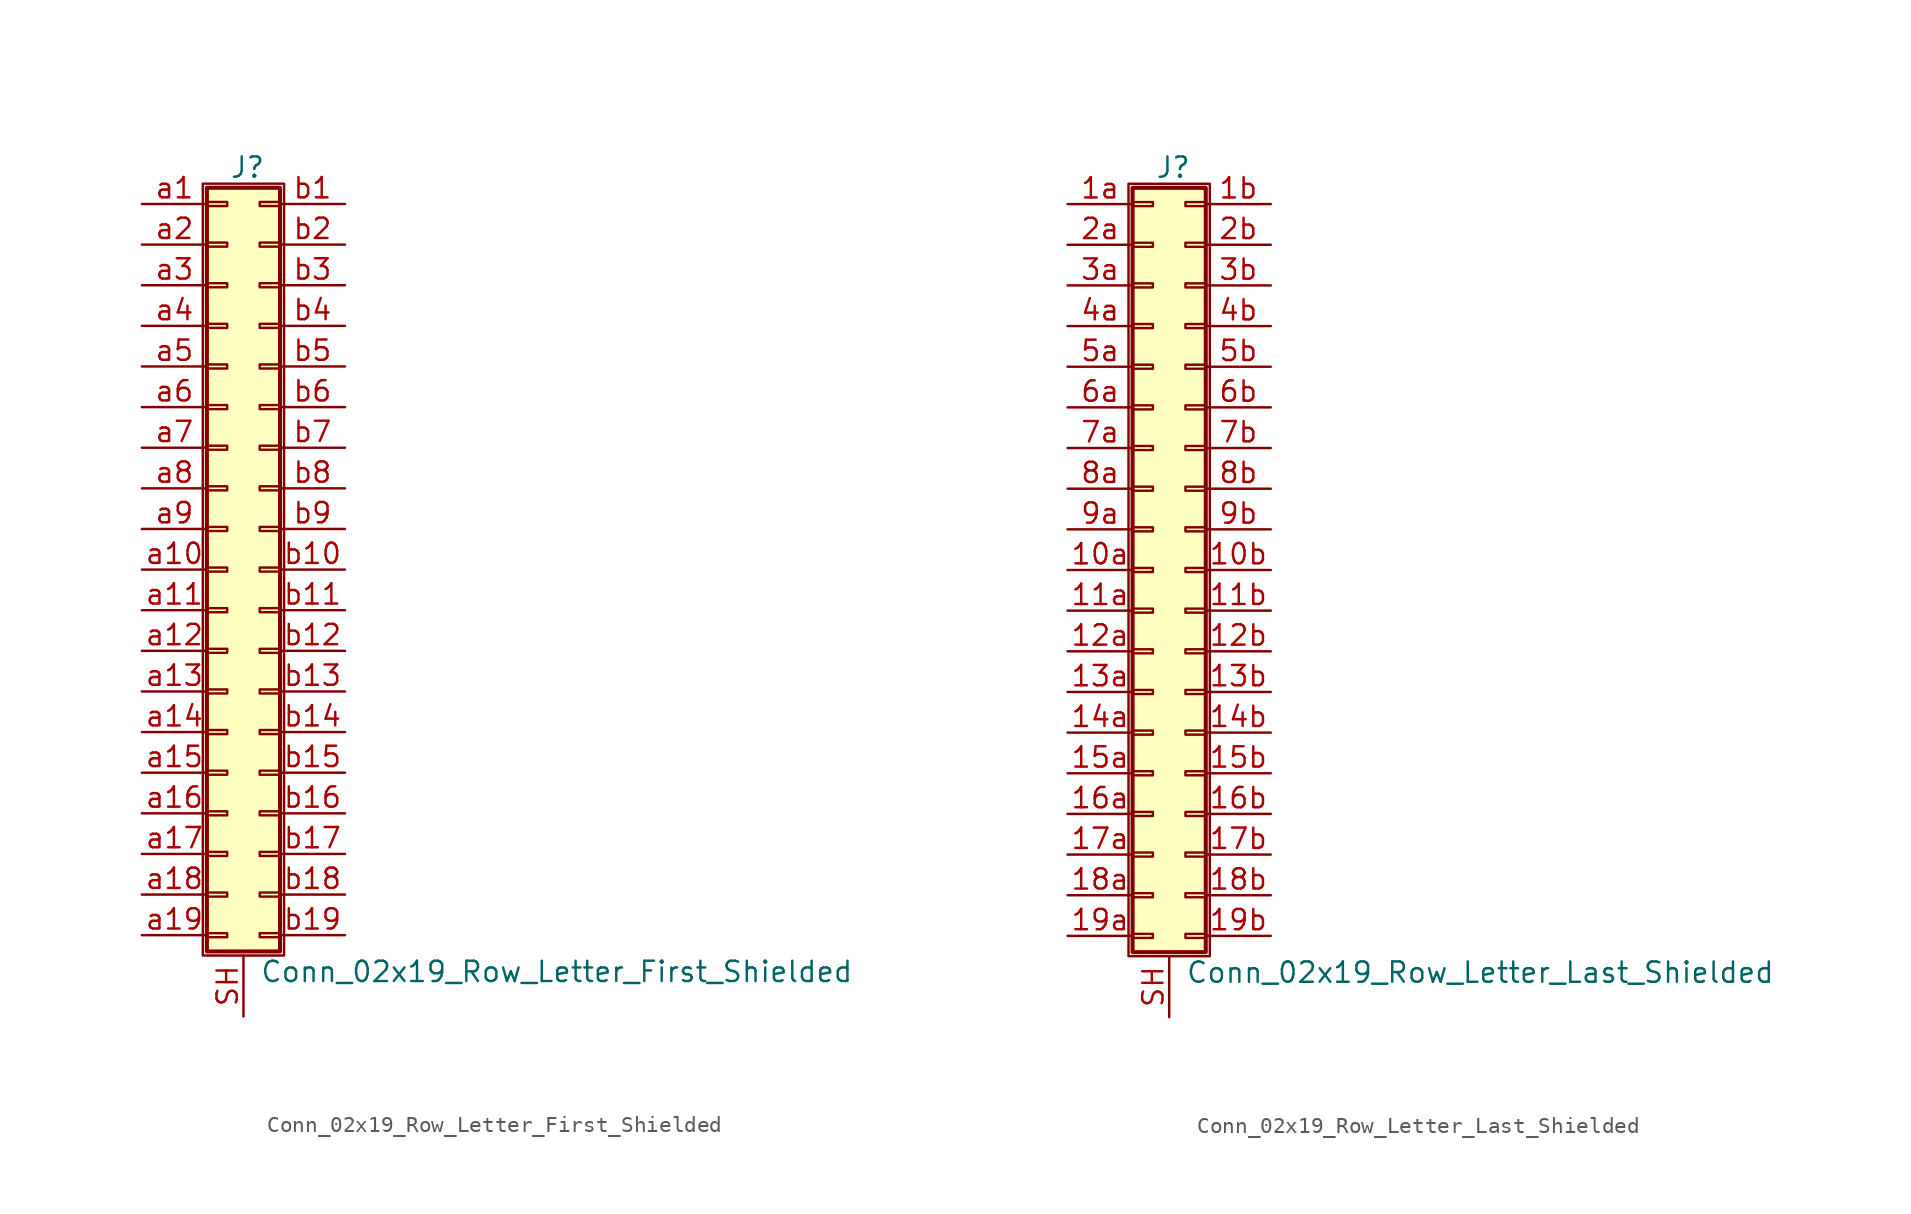
<source format=kicad_sym>
(kicad_symbol_lib
  (version 20201005)
  (generator kicad_symbol_editor)
  (symbol "Connector_Generic_Shielded:Conn_02x19_Row_Letter_First_Shielded"
    (pin_names
      (offset 1.016) hide)
    (property "Reference" "J"
      (at 1.524 25.146 0)
      (effects (font (size 1.27 1.27))))
    (property "Value" "Conn_02x19_Row_Letter_First_Shielded"
      (at 2.286 -25.146 0)
      (effects (font (size 1.27 1.27)) (justify left)))
    (symbol "Conn_02x19_Row_Letter_First_Shielded_1_1"
      (rectangle (start -1.016 -4.953) (end 0.254 -5.207) (stroke (width 0.152)) (fill (type none)))
      (rectangle (start -1.016 -7.493) (end 0.254 -7.747) (stroke (width 0.152)) (fill (type none)))
      (rectangle (start -1.016 -10.033) (end 0.254 -10.287) (stroke (width 0.152)) (fill (type none)))
      (rectangle (start -1.016 -12.573) (end 0.254 -12.827) (stroke (width 0.152)) (fill (type none)))
      (rectangle (start -1.016 -15.113) (end 0.254 -15.367) (stroke (width 0.152)) (fill (type none)))
      (rectangle (start -1.016 -17.653) (end 0.254 -17.907) (stroke (width 0.152)) (fill (type none)))
      (rectangle (start -1.016 -20.193) (end 0.254 -20.447) (stroke (width 0.152)) (fill (type none)))
      (rectangle (start -1.016 -22.733) (end 0.254 -22.987) (stroke (width 0.152)) (fill (type none)))
      (rectangle (start -1.016 -2.413) (end 0.254 -2.667) (stroke (width 0.152)) (fill (type none)))
      (rectangle (start -1.016 2.667) (end 0.254 2.413) (stroke (width 0.152)) (fill (type none)))
      (rectangle (start -1.016 5.207) (end 0.254 4.953) (stroke (width 0.152)) (fill (type none)))
      (rectangle (start -1.016 7.747) (end 0.254 7.493) (stroke (width 0.152)) (fill (type none)))
      (rectangle (start -1.016 10.287) (end 0.254 10.033) (stroke (width 0.152)) (fill (type none)))
      (rectangle (start -1.016 0.127) (end 0.254 -0.127) (stroke (width 0.152)) (fill (type none)))
      (rectangle (start -1.016 12.827) (end 0.254 12.573) (stroke (width 0.152)) (fill (type none)))
      (rectangle (start -1.016 15.367) (end 0.254 15.113) (stroke (width 0.152)) (fill (type none)))
      (rectangle (start -1.016 17.907) (end 0.254 17.653) (stroke (width 0.152)) (fill (type none)))
      (rectangle (start -1.016 20.447) (end 0.254 20.193) (stroke (width 0.152)) (fill (type none)))
      (rectangle (start -1.016 22.987) (end 0.254 22.733) (stroke (width 0.152)) (fill (type none)))
      (rectangle (start -1.016 23.876) (end 3.556 -23.876) (stroke (width 0.254)) (fill (type background)))
      (rectangle (start -1.27 24.13) (end 3.81 -24.13) (stroke (width 0.152)) (fill (type none)))
      (rectangle (start 3.556 -4.953) (end 2.286 -5.207) (stroke (width 0.152)) (fill (type none)))
      (rectangle (start 3.556 -7.493) (end 2.286 -7.747) (stroke (width 0.152)) (fill (type none)))
      (rectangle (start 3.556 -10.033) (end 2.286 -10.287) (stroke (width 0.152)) (fill (type none)))
      (rectangle (start 3.556 -12.573) (end 2.286 -12.827) (stroke (width 0.152)) (fill (type none)))
      (rectangle (start 3.556 -15.113) (end 2.286 -15.367) (stroke (width 0.152)) (fill (type none)))
      (rectangle (start 3.556 -17.653) (end 2.286 -17.907) (stroke (width 0.152)) (fill (type none)))
      (rectangle (start 3.556 -20.193) (end 2.286 -20.447) (stroke (width 0.152)) (fill (type none)))
      (rectangle (start 3.556 -22.733) (end 2.286 -22.987) (stroke (width 0.152)) (fill (type none)))
      (rectangle (start 3.556 -2.413) (end 2.286 -2.667) (stroke (width 0.152)) (fill (type none)))
      (rectangle (start 3.556 2.667) (end 2.286 2.413) (stroke (width 0.152)) (fill (type none)))
      (rectangle (start 3.556 5.207) (end 2.286 4.953) (stroke (width 0.152)) (fill (type none)))
      (rectangle (start 3.556 7.747) (end 2.286 7.493) (stroke (width 0.152)) (fill (type none)))
      (rectangle (start 3.556 10.287) (end 2.286 10.033) (stroke (width 0.152)) (fill (type none)))
      (rectangle (start 3.556 0.127) (end 2.286 -0.127) (stroke (width 0.152)) (fill (type none)))
      (rectangle (start 3.556 12.827) (end 2.286 12.573) (stroke (width 0.152)) (fill (type none)))
      (rectangle (start 3.556 15.367) (end 2.286 15.113) (stroke (width 0.152)) (fill (type none)))
      (rectangle (start 3.556 17.907) (end 2.286 17.653) (stroke (width 0.152)) (fill (type none)))
      (rectangle (start 3.556 20.447) (end 2.286 20.193) (stroke (width 0.152)) (fill (type none)))
      (rectangle (start 3.556 22.987) (end 2.286 22.733) (stroke (width 0.152)) (fill (type none)))
      (pin passive line (at -5.08 22.86 0) (length 4.064) (name "Pin_a1" (effects (font (size 1.27 1.27)))) (number "a1" (effects (font (size 1.27 1.27)))))
      (pin passive line (at -5.08 0 0) (length 4.064) (name "Pin_a10" (effects (font (size 1.27 1.27)))) (number "a10" (effects (font (size 1.27 1.27)))))
      (pin passive line (at -5.08 -2.54 0) (length 4.064) (name "Pin_a11" (effects (font (size 1.27 1.27)))) (number "a11" (effects (font (size 1.27 1.27)))))
      (pin passive line (at -5.08 -5.08 0) (length 4.064) (name "Pin_a12" (effects (font (size 1.27 1.27)))) (number "a12" (effects (font (size 1.27 1.27)))))
      (pin passive line (at -5.08 -7.62 0) (length 4.064) (name "Pin_a13" (effects (font (size 1.27 1.27)))) (number "a13" (effects (font (size 1.27 1.27)))))
      (pin passive line (at -5.08 -10.16 0) (length 4.064) (name "Pin_a14" (effects (font (size 1.27 1.27)))) (number "a14" (effects (font (size 1.27 1.27)))))
      (pin passive line (at -5.08 -12.7 0) (length 4.064) (name "Pin_a15" (effects (font (size 1.27 1.27)))) (number "a15" (effects (font (size 1.27 1.27)))))
      (pin passive line (at -5.08 -15.24 0) (length 4.064) (name "Pin_a16" (effects (font (size 1.27 1.27)))) (number "a16" (effects (font (size 1.27 1.27)))))
      (pin passive line (at -5.08 -17.78 0) (length 4.064) (name "Pin_a17" (effects (font (size 1.27 1.27)))) (number "a17" (effects (font (size 1.27 1.27)))))
      (pin passive line (at -5.08 -20.32 0) (length 4.064) (name "Pin_a18" (effects (font (size 1.27 1.27)))) (number "a18" (effects (font (size 1.27 1.27)))))
      (pin passive line (at -5.08 -22.86 0) (length 4.064) (name "Pin_a19" (effects (font (size 1.27 1.27)))) (number "a19" (effects (font (size 1.27 1.27)))))
      (pin passive line (at -5.08 20.32 0) (length 4.064) (name "Pin_a2" (effects (font (size 1.27 1.27)))) (number "a2" (effects (font (size 1.27 1.27)))))
      (pin passive line (at -5.08 17.78 0) (length 4.064) (name "Pin_a3" (effects (font (size 1.27 1.27)))) (number "a3" (effects (font (size 1.27 1.27)))))
      (pin passive line (at -5.08 15.24 0) (length 4.064) (name "Pin_a4" (effects (font (size 1.27 1.27)))) (number "a4" (effects (font (size 1.27 1.27)))))
      (pin passive line (at -5.08 12.7 0) (length 4.064) (name "Pin_a5" (effects (font (size 1.27 1.27)))) (number "a5" (effects (font (size 1.27 1.27)))))
      (pin passive line (at -5.08 10.16 0) (length 4.064) (name "Pin_a6" (effects (font (size 1.27 1.27)))) (number "a6" (effects (font (size 1.27 1.27)))))
      (pin passive line (at -5.08 7.62 0) (length 4.064) (name "Pin_a7" (effects (font (size 1.27 1.27)))) (number "a7" (effects (font (size 1.27 1.27)))))
      (pin passive line (at -5.08 5.08 0) (length 4.064) (name "Pin_a8" (effects (font (size 1.27 1.27)))) (number "a8" (effects (font (size 1.27 1.27)))))
      (pin passive line (at -5.08 2.54 0) (length 4.064) (name "Pin_a9" (effects (font (size 1.27 1.27)))) (number "a9" (effects (font (size 1.27 1.27)))))
      (pin passive line (at 7.62 22.86 180) (length 4.064) (name "Pin_b1" (effects (font (size 1.27 1.27)))) (number "b1" (effects (font (size 1.27 1.27)))))
      (pin passive line (at 7.62 0 180) (length 4.064) (name "Pin_b10" (effects (font (size 1.27 1.27)))) (number "b10" (effects (font (size 1.27 1.27)))))
      (pin passive line (at 7.62 -2.54 180) (length 4.064) (name "Pin_b11" (effects (font (size 1.27 1.27)))) (number "b11" (effects (font (size 1.27 1.27)))))
      (pin passive line (at 7.62 -5.08 180) (length 4.064) (name "Pin_b12" (effects (font (size 1.27 1.27)))) (number "b12" (effects (font (size 1.27 1.27)))))
      (pin passive line (at 7.62 -7.62 180) (length 4.064) (name "Pin_b13" (effects (font (size 1.27 1.27)))) (number "b13" (effects (font (size 1.27 1.27)))))
      (pin passive line (at 7.62 -10.16 180) (length 4.064) (name "Pin_b14" (effects (font (size 1.27 1.27)))) (number "b14" (effects (font (size 1.27 1.27)))))
      (pin passive line (at 7.62 -12.7 180) (length 4.064) (name "Pin_b15" (effects (font (size 1.27 1.27)))) (number "b15" (effects (font (size 1.27 1.27)))))
      (pin passive line (at 7.62 -15.24 180) (length 4.064) (name "Pin_b16" (effects (font (size 1.27 1.27)))) (number "b16" (effects (font (size 1.27 1.27)))))
      (pin passive line (at 7.62 -17.78 180) (length 4.064) (name "Pin_b17" (effects (font (size 1.27 1.27)))) (number "b17" (effects (font (size 1.27 1.27)))))
      (pin passive line (at 7.62 -20.32 180) (length 4.064) (name "Pin_b18" (effects (font (size 1.27 1.27)))) (number "b18" (effects (font (size 1.27 1.27)))))
      (pin passive line (at 7.62 -22.86 180) (length 4.064) (name "Pin_b19" (effects (font (size 1.27 1.27)))) (number "b19" (effects (font (size 1.27 1.27)))))
      (pin passive line (at 7.62 20.32 180) (length 4.064) (name "Pin_b2" (effects (font (size 1.27 1.27)))) (number "b2" (effects (font (size 1.27 1.27)))))
      (pin passive line (at 7.62 17.78 180) (length 4.064) (name "Pin_b3" (effects (font (size 1.27 1.27)))) (number "b3" (effects (font (size 1.27 1.27)))))
      (pin passive line (at 7.62 15.24 180) (length 4.064) (name "Pin_b4" (effects (font (size 1.27 1.27)))) (number "b4" (effects (font (size 1.27 1.27)))))
      (pin passive line (at 7.62 12.7 180) (length 4.064) (name "Pin_b5" (effects (font (size 1.27 1.27)))) (number "b5" (effects (font (size 1.27 1.27)))))
      (pin passive line (at 7.62 10.16 180) (length 4.064) (name "Pin_b6" (effects (font (size 1.27 1.27)))) (number "b6" (effects (font (size 1.27 1.27)))))
      (pin passive line (at 7.62 7.62 180) (length 4.064) (name "Pin_b7" (effects (font (size 1.27 1.27)))) (number "b7" (effects (font (size 1.27 1.27)))))
      (pin passive line (at 7.62 5.08 180) (length 4.064) (name "Pin_b8" (effects (font (size 1.27 1.27)))) (number "b8" (effects (font (size 1.27 1.27)))))
      (pin passive line (at 7.62 2.54 180) (length 4.064) (name "Pin_b9" (effects (font (size 1.27 1.27)))) (number "b9" (effects (font (size 1.27 1.27)))))
      (pin passive line (at 1.27 -27.94 90) (length 3.81) (name "Shield" (effects (font (size 1.27 1.27)))) (number "SH" (effects (font (size 1.27 1.27)))))))
  (symbol "Connector_Generic_Shielded:Conn_02x19_Row_Letter_Last_Shielded"
    (pin_names
      (offset 1.016) hide)
    (property "Reference" "J"
      (at 1.524 25.146 0)
      (effects (font (size 1.27 1.27))))
    (property "Value" "Conn_02x19_Row_Letter_Last_Shielded"
      (at 2.286 -25.146 0)
      (effects (font (size 1.27 1.27)) (justify left)))
    (symbol "Conn_02x19_Row_Letter_Last_Shielded_1_1"
      (rectangle (start -1.016 -4.953) (end 0.254 -5.207) (stroke (width 0.152)) (fill (type none)))
      (rectangle (start -1.016 -7.493) (end 0.254 -7.747) (stroke (width 0.152)) (fill (type none)))
      (rectangle (start -1.016 -10.033) (end 0.254 -10.287) (stroke (width 0.152)) (fill (type none)))
      (rectangle (start -1.016 -12.573) (end 0.254 -12.827) (stroke (width 0.152)) (fill (type none)))
      (rectangle (start -1.016 -15.113) (end 0.254 -15.367) (stroke (width 0.152)) (fill (type none)))
      (rectangle (start -1.016 -17.653) (end 0.254 -17.907) (stroke (width 0.152)) (fill (type none)))
      (rectangle (start -1.016 -20.193) (end 0.254 -20.447) (stroke (width 0.152)) (fill (type none)))
      (rectangle (start -1.016 -22.733) (end 0.254 -22.987) (stroke (width 0.152)) (fill (type none)))
      (rectangle (start -1.016 -2.413) (end 0.254 -2.667) (stroke (width 0.152)) (fill (type none)))
      (rectangle (start -1.016 2.667) (end 0.254 2.413) (stroke (width 0.152)) (fill (type none)))
      (rectangle (start -1.016 5.207) (end 0.254 4.953) (stroke (width 0.152)) (fill (type none)))
      (rectangle (start -1.016 7.747) (end 0.254 7.493) (stroke (width 0.152)) (fill (type none)))
      (rectangle (start -1.016 10.287) (end 0.254 10.033) (stroke (width 0.152)) (fill (type none)))
      (rectangle (start -1.016 0.127) (end 0.254 -0.127) (stroke (width 0.152)) (fill (type none)))
      (rectangle (start -1.016 12.827) (end 0.254 12.573) (stroke (width 0.152)) (fill (type none)))
      (rectangle (start -1.016 15.367) (end 0.254 15.113) (stroke (width 0.152)) (fill (type none)))
      (rectangle (start -1.016 17.907) (end 0.254 17.653) (stroke (width 0.152)) (fill (type none)))
      (rectangle (start -1.016 20.447) (end 0.254 20.193) (stroke (width 0.152)) (fill (type none)))
      (rectangle (start -1.016 22.987) (end 0.254 22.733) (stroke (width 0.152)) (fill (type none)))
      (rectangle (start -1.016 23.876) (end 3.556 -23.876) (stroke (width 0.254)) (fill (type background)))
      (rectangle (start -1.27 24.13) (end 3.81 -24.13) (stroke (width 0.152)) (fill (type none)))
      (rectangle (start 3.556 -4.953) (end 2.286 -5.207) (stroke (width 0.152)) (fill (type none)))
      (rectangle (start 3.556 -7.493) (end 2.286 -7.747) (stroke (width 0.152)) (fill (type none)))
      (rectangle (start 3.556 -10.033) (end 2.286 -10.287) (stroke (width 0.152)) (fill (type none)))
      (rectangle (start 3.556 -12.573) (end 2.286 -12.827) (stroke (width 0.152)) (fill (type none)))
      (rectangle (start 3.556 -15.113) (end 2.286 -15.367) (stroke (width 0.152)) (fill (type none)))
      (rectangle (start 3.556 -17.653) (end 2.286 -17.907) (stroke (width 0.152)) (fill (type none)))
      (rectangle (start 3.556 -20.193) (end 2.286 -20.447) (stroke (width 0.152)) (fill (type none)))
      (rectangle (start 3.556 -22.733) (end 2.286 -22.987) (stroke (width 0.152)) (fill (type none)))
      (rectangle (start 3.556 -2.413) (end 2.286 -2.667) (stroke (width 0.152)) (fill (type none)))
      (rectangle (start 3.556 2.667) (end 2.286 2.413) (stroke (width 0.152)) (fill (type none)))
      (rectangle (start 3.556 5.207) (end 2.286 4.953) (stroke (width 0.152)) (fill (type none)))
      (rectangle (start 3.556 7.747) (end 2.286 7.493) (stroke (width 0.152)) (fill (type none)))
      (rectangle (start 3.556 10.287) (end 2.286 10.033) (stroke (width 0.152)) (fill (type none)))
      (rectangle (start 3.556 0.127) (end 2.286 -0.127) (stroke (width 0.152)) (fill (type none)))
      (rectangle (start 3.556 12.827) (end 2.286 12.573) (stroke (width 0.152)) (fill (type none)))
      (rectangle (start 3.556 15.367) (end 2.286 15.113) (stroke (width 0.152)) (fill (type none)))
      (rectangle (start 3.556 17.907) (end 2.286 17.653) (stroke (width 0.152)) (fill (type none)))
      (rectangle (start 3.556 20.447) (end 2.286 20.193) (stroke (width 0.152)) (fill (type none)))
      (rectangle (start 3.556 22.987) (end 2.286 22.733) (stroke (width 0.152)) (fill (type none)))
      (pin passive line (at -5.08 0 0) (length 4.064) (name "Pin_10a" (effects (font (size 1.27 1.27)))) (number "10a" (effects (font (size 1.27 1.27)))))
      (pin passive line (at 7.62 0 180) (length 4.064) (name "Pin_10b" (effects (font (size 1.27 1.27)))) (number "10b" (effects (font (size 1.27 1.27)))))
      (pin passive line (at -5.08 -2.54 0) (length 4.064) (name "Pin_11a" (effects (font (size 1.27 1.27)))) (number "11a" (effects (font (size 1.27 1.27)))))
      (pin passive line (at 7.62 -2.54 180) (length 4.064) (name "Pin_11b" (effects (font (size 1.27 1.27)))) (number "11b" (effects (font (size 1.27 1.27)))))
      (pin passive line (at -5.08 -5.08 0) (length 4.064) (name "Pin_12a" (effects (font (size 1.27 1.27)))) (number "12a" (effects (font (size 1.27 1.27)))))
      (pin passive line (at 7.62 -5.08 180) (length 4.064) (name "Pin_12b" (effects (font (size 1.27 1.27)))) (number "12b" (effects (font (size 1.27 1.27)))))
      (pin passive line (at -5.08 -7.62 0) (length 4.064) (name "Pin_13a" (effects (font (size 1.27 1.27)))) (number "13a" (effects (font (size 1.27 1.27)))))
      (pin passive line (at 7.62 -7.62 180) (length 4.064) (name "Pin_13b" (effects (font (size 1.27 1.27)))) (number "13b" (effects (font (size 1.27 1.27)))))
      (pin passive line (at -5.08 -10.16 0) (length 4.064) (name "Pin_14a" (effects (font (size 1.27 1.27)))) (number "14a" (effects (font (size 1.27 1.27)))))
      (pin passive line (at 7.62 -10.16 180) (length 4.064) (name "Pin_14b" (effects (font (size 1.27 1.27)))) (number "14b" (effects (font (size 1.27 1.27)))))
      (pin passive line (at -5.08 -12.7 0) (length 4.064) (name "Pin_15a" (effects (font (size 1.27 1.27)))) (number "15a" (effects (font (size 1.27 1.27)))))
      (pin passive line (at 7.62 -12.7 180) (length 4.064) (name "Pin_15b" (effects (font (size 1.27 1.27)))) (number "15b" (effects (font (size 1.27 1.27)))))
      (pin passive line (at -5.08 -15.24 0) (length 4.064) (name "Pin_16a" (effects (font (size 1.27 1.27)))) (number "16a" (effects (font (size 1.27 1.27)))))
      (pin passive line (at 7.62 -15.24 180) (length 4.064) (name "Pin_16b" (effects (font (size 1.27 1.27)))) (number "16b" (effects (font (size 1.27 1.27)))))
      (pin passive line (at -5.08 -17.78 0) (length 4.064) (name "Pin_17a" (effects (font (size 1.27 1.27)))) (number "17a" (effects (font (size 1.27 1.27)))))
      (pin passive line (at 7.62 -17.78 180) (length 4.064) (name "Pin_17b" (effects (font (size 1.27 1.27)))) (number "17b" (effects (font (size 1.27 1.27)))))
      (pin passive line (at -5.08 -20.32 0) (length 4.064) (name "Pin_18a" (effects (font (size 1.27 1.27)))) (number "18a" (effects (font (size 1.27 1.27)))))
      (pin passive line (at 7.62 -20.32 180) (length 4.064) (name "Pin_18b" (effects (font (size 1.27 1.27)))) (number "18b" (effects (font (size 1.27 1.27)))))
      (pin passive line (at -5.08 -22.86 0) (length 4.064) (name "Pin_19a" (effects (font (size 1.27 1.27)))) (number "19a" (effects (font (size 1.27 1.27)))))
      (pin passive line (at 7.62 -22.86 180) (length 4.064) (name "Pin_19b" (effects (font (size 1.27 1.27)))) (number "19b" (effects (font (size 1.27 1.27)))))
      (pin passive line (at -5.08 22.86 0) (length 4.064) (name "Pin_1a" (effects (font (size 1.27 1.27)))) (number "1a" (effects (font (size 1.27 1.27)))))
      (pin passive line (at 7.62 22.86 180) (length 4.064) (name "Pin_1b" (effects (font (size 1.27 1.27)))) (number "1b" (effects (font (size 1.27 1.27)))))
      (pin passive line (at -5.08 20.32 0) (length 4.064) (name "Pin_2a" (effects (font (size 1.27 1.27)))) (number "2a" (effects (font (size 1.27 1.27)))))
      (pin passive line (at 7.62 20.32 180) (length 4.064) (name "Pin_2b" (effects (font (size 1.27 1.27)))) (number "2b" (effects (font (size 1.27 1.27)))))
      (pin passive line (at -5.08 17.78 0) (length 4.064) (name "Pin_3a" (effects (font (size 1.27 1.27)))) (number "3a" (effects (font (size 1.27 1.27)))))
      (pin passive line (at 7.62 17.78 180) (length 4.064) (name "Pin_3b" (effects (font (size 1.27 1.27)))) (number "3b" (effects (font (size 1.27 1.27)))))
      (pin passive line (at -5.08 15.24 0) (length 4.064) (name "Pin_4a" (effects (font (size 1.27 1.27)))) (number "4a" (effects (font (size 1.27 1.27)))))
      (pin passive line (at 7.62 15.24 180) (length 4.064) (name "Pin_4b" (effects (font (size 1.27 1.27)))) (number "4b" (effects (font (size 1.27 1.27)))))
      (pin passive line (at -5.08 12.7 0) (length 4.064) (name "Pin_5a" (effects (font (size 1.27 1.27)))) (number "5a" (effects (font (size 1.27 1.27)))))
      (pin passive line (at 7.62 12.7 180) (length 4.064) (name "Pin_5b" (effects (font (size 1.27 1.27)))) (number "5b" (effects (font (size 1.27 1.27)))))
      (pin passive line (at -5.08 10.16 0) (length 4.064) (name "Pin_6a" (effects (font (size 1.27 1.27)))) (number "6a" (effects (font (size 1.27 1.27)))))
      (pin passive line (at 7.62 10.16 180) (length 4.064) (name "Pin_6b" (effects (font (size 1.27 1.27)))) (number "6b" (effects (font (size 1.27 1.27)))))
      (pin passive line (at -5.08 7.62 0) (length 4.064) (name "Pin_7a" (effects (font (size 1.27 1.27)))) (number "7a" (effects (font (size 1.27 1.27)))))
      (pin passive line (at 7.62 7.62 180) (length 4.064) (name "Pin_7b" (effects (font (size 1.27 1.27)))) (number "7b" (effects (font (size 1.27 1.27)))))
      (pin passive line (at -5.08 5.08 0) (length 4.064) (name "Pin_8a" (effects (font (size 1.27 1.27)))) (number "8a" (effects (font (size 1.27 1.27)))))
      (pin passive line (at 7.62 5.08 180) (length 4.064) (name "Pin_8b" (effects (font (size 1.27 1.27)))) (number "8b" (effects (font (size 1.27 1.27)))))
      (pin passive line (at -5.08 2.54 0) (length 4.064) (name "Pin_9a" (effects (font (size 1.27 1.27)))) (number "9a" (effects (font (size 1.27 1.27)))))
      (pin passive line (at 7.62 2.54 180) (length 4.064) (name "Pin_9b" (effects (font (size 1.27 1.27)))) (number "9b" (effects (font (size 1.27 1.27)))))
      (pin passive line (at 1.27 -27.94 90) (length 3.81) (name "Shield" (effects (font (size 1.27 1.27)))) (number "SH" (effects (font (size 1.27 1.27))))))))
</source>
